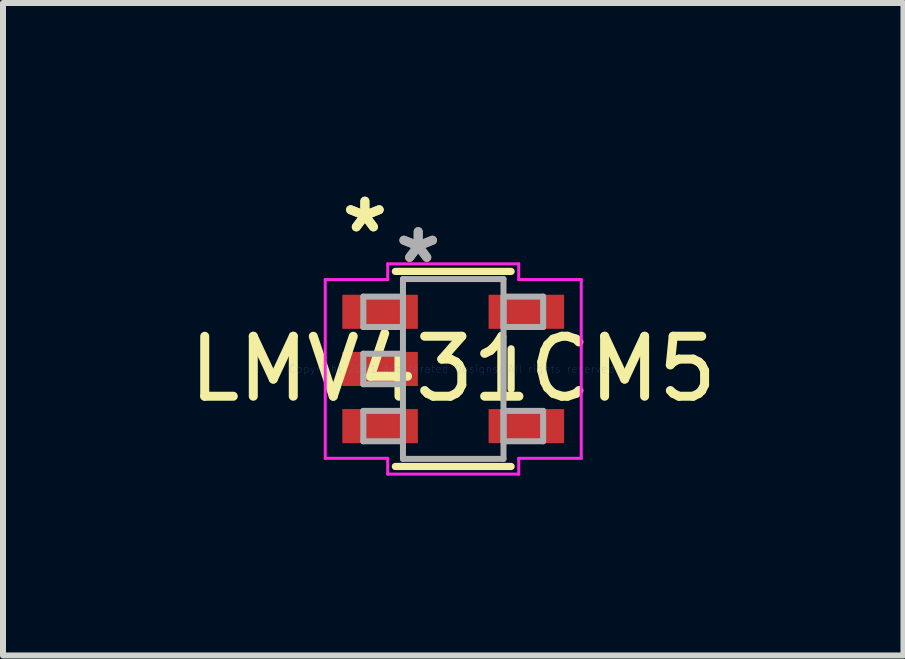
<source format=kicad_pcb>
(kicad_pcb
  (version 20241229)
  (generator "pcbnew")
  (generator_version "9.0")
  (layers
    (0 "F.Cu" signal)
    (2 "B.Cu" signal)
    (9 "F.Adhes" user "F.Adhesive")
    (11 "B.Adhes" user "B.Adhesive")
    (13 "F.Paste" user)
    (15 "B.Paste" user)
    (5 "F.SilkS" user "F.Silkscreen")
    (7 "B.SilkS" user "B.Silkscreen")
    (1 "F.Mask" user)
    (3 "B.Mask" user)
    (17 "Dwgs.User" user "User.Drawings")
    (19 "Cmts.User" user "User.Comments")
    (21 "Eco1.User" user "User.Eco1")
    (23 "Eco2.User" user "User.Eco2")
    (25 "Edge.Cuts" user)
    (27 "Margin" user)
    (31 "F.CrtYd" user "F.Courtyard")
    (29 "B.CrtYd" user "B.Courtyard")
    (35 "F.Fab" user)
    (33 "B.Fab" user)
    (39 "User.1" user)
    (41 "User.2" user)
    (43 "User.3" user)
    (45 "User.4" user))
  (footprint "LMV431CM5"
    (layer "F.Cu")
    (at 4.506 3.101)
    (property "Reference" "LMV431CM5" (at 0 0 0) (layer "F.SilkS") (effects (font (size 1 1) (thickness 0.15))))
    (attr through_hole)
    (fp_line (start -0.965 1.626) (end 0.965 1.626) (stroke (width 0.12) (type solid)) (layer "F.SilkS"))
    (fp_line (start 0.965 -1.626) (end -0.965 -1.626) (stroke (width 0.12) (type solid)) (layer "F.SilkS"))
    (fp_line (start 0.965 0.336) (end 0.965 -0.336) (stroke (width 0.12) (type solid)) (layer "F.SilkS"))
    (fp_line (start -2.134 -1.49) (end -1.092 -1.49) (stroke (width 0.05) (type solid)) (layer "F.CrtYd"))
    (fp_line (start -2.134 1.49) (end -2.134 -1.49) (stroke (width 0.05) (type solid)) (layer "F.CrtYd"))
    (fp_line (start -1.092 -1.753) (end 1.092 -1.753) (stroke (width 0.05) (type solid)) (layer "F.CrtYd"))
    (fp_line (start -1.092 -1.49) (end -1.092 -1.753) (stroke (width 0.05) (type solid)) (layer "F.CrtYd"))
    (fp_line (start -1.092 1.49) (end -2.134 1.49) (stroke (width 0.05) (type solid)) (layer "F.CrtYd"))
    (fp_line (start -1.092 1.753) (end -1.092 1.49) (stroke (width 0.05) (type solid)) (layer "F.CrtYd"))
    (fp_line (start 1.092 -1.753) (end 1.092 -1.49) (stroke (width 0.05) (type solid)) (layer "F.CrtYd"))
    (fp_line (start 1.092 -1.49) (end 2.134 -1.49) (stroke (width 0.05) (type solid)) (layer "F.CrtYd"))
    (fp_line (start 1.092 1.49) (end 1.092 1.753) (stroke (width 0.05) (type solid)) (layer "F.CrtYd"))
    (fp_line (start 1.092 1.753) (end -1.092 1.753) (stroke (width 0.05) (type solid)) (layer "F.CrtYd"))
    (fp_line (start 2.134 -1.49) (end 2.134 1.49) (stroke (width 0.05) (type solid)) (layer "F.CrtYd"))
    (fp_line (start 2.134 1.49) (end 1.092 1.49) (stroke (width 0.05) (type solid)) (layer "F.CrtYd"))
    (fp_line (start -1.499 -1.206) (end -1.499 -0.699) (stroke (width 0.1) (type solid)) (layer "F.Fab"))
    (fp_line (start -1.499 -0.699) (end -0.838 -0.699) (stroke (width 0.1) (type solid)) (layer "F.Fab"))
    (fp_line (start -1.499 -0.254) (end -1.499 0.254) (stroke (width 0.1) (type solid)) (layer "F.Fab"))
    (fp_line (start -1.499 0.254) (end -0.838 0.254) (stroke (width 0.1) (type solid)) (layer "F.Fab"))
    (fp_line (start -1.499 0.699) (end -1.499 1.206) (stroke (width 0.1) (type solid)) (layer "F.Fab"))
    (fp_line (start -1.499 1.206) (end -0.838 1.206) (stroke (width 0.1) (type solid)) (layer "F.Fab"))
    (fp_line (start -0.838 -1.499) (end -0.838 1.499) (stroke (width 0.1) (type solid)) (layer "F.Fab"))
    (fp_line (start -0.838 -1.206) (end -1.499 -1.206) (stroke (width 0.1) (type solid)) (layer "F.Fab"))
    (fp_line (start -0.838 -0.699) (end -0.838 -1.206) (stroke (width 0.1) (type solid)) (layer "F.Fab"))
    (fp_line (start -0.838 -0.254) (end -1.499 -0.254) (stroke (width 0.1) (type solid)) (layer "F.Fab"))
    (fp_line (start -0.838 0.254) (end -0.838 -0.254) (stroke (width 0.1) (type solid)) (layer "F.Fab"))
    (fp_line (start -0.838 0.699) (end -1.499 0.699) (stroke (width 0.1) (type solid)) (layer "F.Fab"))
    (fp_line (start -0.838 1.206) (end -0.838 0.699) (stroke (width 0.1) (type solid)) (layer "F.Fab"))
    (fp_line (start -0.838 1.499) (end 0.838 1.499) (stroke (width 0.1) (type solid)) (layer "F.Fab"))
    (fp_line (start 0.838 -1.499) (end -0.838 -1.499) (stroke (width 0.1) (type solid)) (layer "F.Fab"))
    (fp_line (start 0.838 -1.206) (end 0.838 -0.699) (stroke (width 0.1) (type solid)) (layer "F.Fab"))
    (fp_line (start 0.838 -0.699) (end 1.499 -0.699) (stroke (width 0.1) (type solid)) (layer "F.Fab"))
    (fp_line (start 0.838 0.699) (end 0.838 1.206) (stroke (width 0.1) (type solid)) (layer "F.Fab"))
    (fp_line (start 0.838 1.206) (end 1.499 1.206) (stroke (width 0.1) (type solid)) (layer "F.Fab"))
    (fp_line (start 0.838 1.499) (end 0.838 -1.499) (stroke (width 0.1) (type solid)) (layer "F.Fab"))
    (fp_line (start 1.499 -1.206) (end 0.838 -1.206) (stroke (width 0.1) (type solid)) (layer "F.Fab"))
    (fp_line (start 1.499 -0.699) (end 1.499 -1.206) (stroke (width 0.1) (type solid)) (layer "F.Fab"))
    (fp_line (start 1.499 0.699) (end 0.838 0.699) (stroke (width 0.1) (type solid)) (layer "F.Fab"))
    (fp_line (start 1.499 1.206) (end 1.499 0.699) (stroke (width 0.1) (type solid)) (layer "F.Fab"))
    (fp_text user "*" (at -1.473 -2.252 0) (layer "F.SilkS") (effects (font (size 1 1) (thickness 0.15))))
    (fp_text user "*" (at -1.473 -2.252 0) (layer "F.SilkS") (effects (font (size 1 1) (thickness 0.15))))
    (fp_text user "Copyright 2021 Accelerated Designs. All rights reserved." (at 0 0 0) (layer "Cmts.User") (effects (font (size 0.127 0.127) (thickness 0.002))))
    (fp_text user "*" (at -0.584 -1.744 0) (layer "F.Fab") (effects (font (size 1 1) (thickness 0.15))))
    (fp_text user "*" (at -0.584 -1.744 0) (layer "F.Fab") (effects (font (size 1 1) (thickness 0.15))))
    (pad "1" smd rect (at -1.219 -0.953) (size 1.259 0.568) (layers "F.Cu" "F.Mask" "F.Paste"))
    (pad "2" smd rect (at -1.219 0) (size 1.259 0.568) (layers "F.Cu" "F.Mask" "F.Paste"))
    (pad "3" smd rect (at -1.219 0.953) (size 1.259 0.568) (layers "F.Cu" "F.Mask" "F.Paste"))
    (pad "4" smd rect (at 1.219 0.953) (size 1.259 0.568) (layers "F.Cu" "F.Mask" "F.Paste"))
    (pad "5" smd rect (at 1.219 -0.953) (size 1.259 0.568) (layers "F.Cu" "F.Mask" "F.Paste")))
  (gr_rect
    (start -3 -3)
    (end 12.012 7.878)
    (stroke (width 0.1) (type default))
    (fill no)
    (layer "Edge.Cuts")))
</source>
